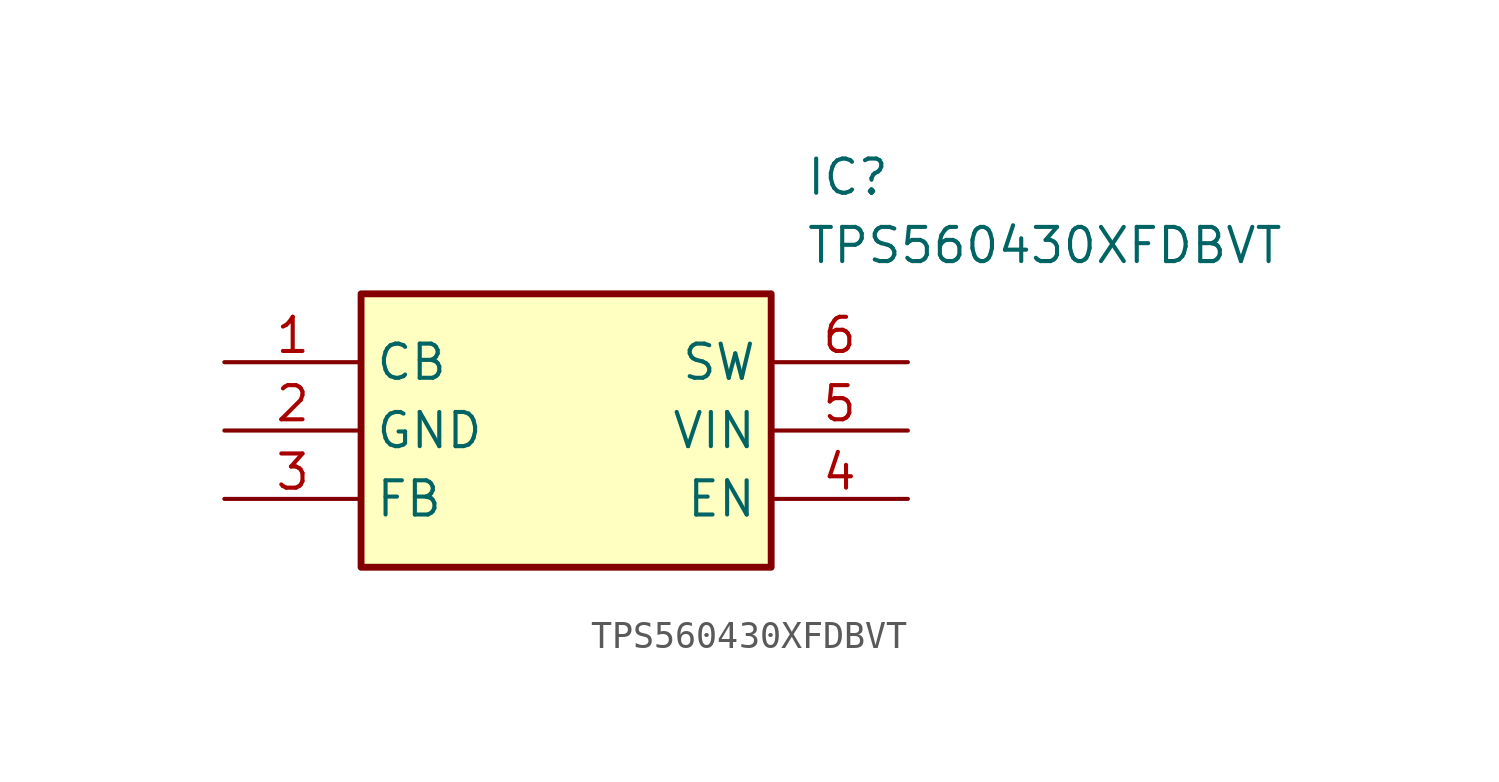
<source format=kicad_sym>
(kicad_symbol_lib
  (version 20211014)
  (generator SamacSys_ECAD_Model)
  (symbol "TPS560430XFDBVT"
    (property "Reference" "IC"
      (at 21.59 7.62 0)
      (effects (font (size 1.27 1.27)) (justify left top)))
    (property "Value" "TPS560430XFDBVT"
      (at 21.59 5.08 0)
      (effects (font (size 1.27 1.27)) (justify left top)))
    (rectangle
      (start 5.08 2.54)
      (end 20.32 -7.62)
      (stroke (width 0.254) (type default))
      (fill (type background)))
    (pin passive line
      (at 0 0 0)
      (length 5.08)
      (name "CB" (effects (font (size 1.27 1.27))))
      (number "1" (effects (font (size 1.27 1.27)))))
    (pin passive line
      (at 0 -2.54 0)
      (length 5.08)
      (name "GND" (effects (font (size 1.27 1.27))))
      (number "2" (effects (font (size 1.27 1.27)))))
    (pin passive line
      (at 0 -5.08 0)
      (length 5.08)
      (name "FB" (effects (font (size 1.27 1.27))))
      (number "3" (effects (font (size 1.27 1.27)))))
    (pin passive line
      (at 25.4 0 180)
      (length 5.08)
      (name "SW" (effects (font (size 1.27 1.27))))
      (number "6" (effects (font (size 1.27 1.27)))))
    (pin passive line
      (at 25.4 -2.54 180)
      (length 5.08)
      (name "VIN" (effects (font (size 1.27 1.27))))
      (number "5" (effects (font (size 1.27 1.27)))))
    (pin passive line
      (at 25.4 -5.08 180)
      (length 5.08)
      (name "EN" (effects (font (size 1.27 1.27))))
      (number "4" (effects (font (size 1.27 1.27)))))))
</source>
